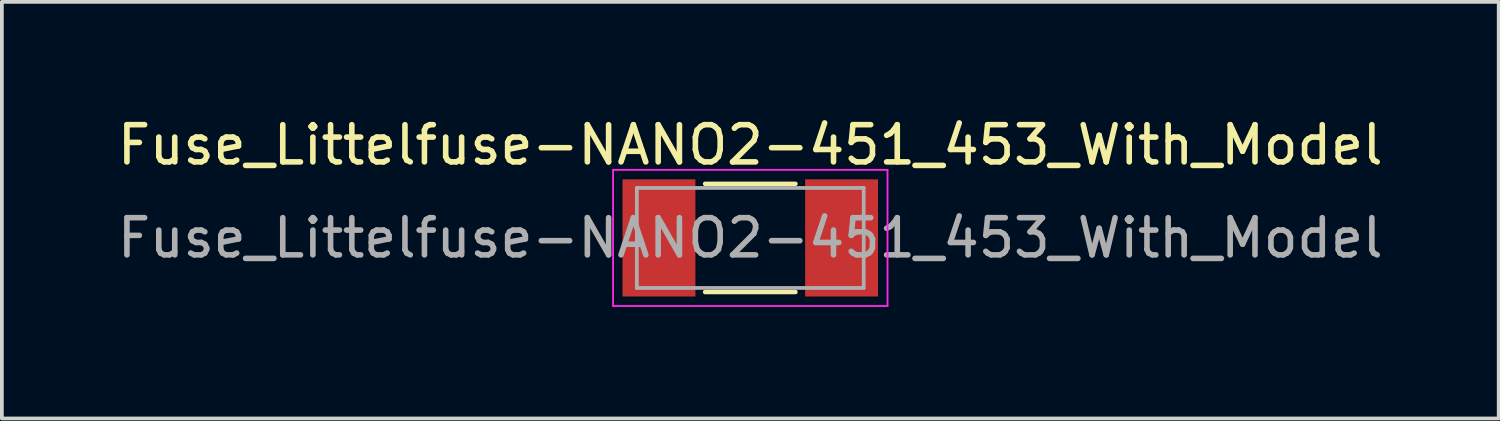
<source format=kicad_pcb>
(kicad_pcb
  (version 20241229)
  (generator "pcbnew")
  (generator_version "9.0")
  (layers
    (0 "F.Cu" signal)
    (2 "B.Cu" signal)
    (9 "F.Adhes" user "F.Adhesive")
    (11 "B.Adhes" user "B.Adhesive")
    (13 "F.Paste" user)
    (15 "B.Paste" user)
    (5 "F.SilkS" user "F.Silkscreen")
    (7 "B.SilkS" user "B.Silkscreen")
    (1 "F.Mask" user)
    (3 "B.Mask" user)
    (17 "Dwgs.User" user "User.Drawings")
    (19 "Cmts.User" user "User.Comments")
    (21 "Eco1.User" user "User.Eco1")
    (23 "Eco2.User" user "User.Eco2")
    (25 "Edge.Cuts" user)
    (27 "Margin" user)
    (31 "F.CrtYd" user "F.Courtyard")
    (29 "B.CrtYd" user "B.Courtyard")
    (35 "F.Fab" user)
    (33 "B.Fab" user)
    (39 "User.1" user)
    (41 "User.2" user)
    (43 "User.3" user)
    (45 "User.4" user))
  (footprint "Fuse_Littelfuse-NANO2-451_453_With_Model"
    (layer "F.Cu")
    (at 17.125 3.348)
    (property "Reference" "Fuse_Littelfuse-NANO2-451_453_With_Model" (at 0 -2.5 0) (unlocked yes) (layer "F.SilkS") (effects (font (size 1 1) (thickness 0.15))))
    (attr smd)
    (fp_line (start -1.215 -1.455) (end 1.215 -1.455) (stroke (width 0.12) (type solid)) (layer "F.SilkS"))
    (fp_line (start -1.215 1.455) (end 1.215 1.455) (stroke (width 0.12) (type solid)) (layer "F.SilkS"))
    (fp_line (start -3.69 -1.83) (end 3.69 -1.83) (stroke (width 0.05) (type solid)) (layer "F.CrtYd"))
    (fp_line (start -3.69 1.83) (end -3.69 -1.83) (stroke (width 0.05) (type solid)) (layer "F.CrtYd"))
    (fp_line (start 3.69 -1.83) (end 3.69 1.83) (stroke (width 0.05) (type solid)) (layer "F.CrtYd"))
    (fp_line (start 3.69 1.83) (end -3.69 1.83) (stroke (width 0.05) (type solid)) (layer "F.CrtYd"))
    (fp_line (start -3.05 -1.345) (end -3.05 1.345) (stroke (width 0.1) (type solid)) (layer "F.Fab"))
    (fp_line (start -3.05 -1.345) (end 3.05 -1.345) (stroke (width 0.1) (type solid)) (layer "F.Fab"))
    (fp_line (start -3.05 1.345) (end 3.05 1.345) (stroke (width 0.1) (type solid)) (layer "F.Fab"))
    (fp_line (start 3.05 1.345) (end 3.05 -1.345) (stroke (width 0.1) (type solid)) (layer "F.Fab"))
    (fp_text user "${REFERENCE}" (at 0 0 0) (layer "F.Fab") (effects (font (size 1 1) (thickness 0.15))))
    (pad "1" smd rect (at -2.455 0) (size 1.96 3.15) (layers "F.Cu" "F.Mask" "F.Paste"))
    (pad "2" smd rect (at 2.455 0) (size 1.96 3.15) (layers "F.Cu" "F.Mask" "F.Paste")))
  (gr_rect
    (start -3 -3)
    (end 37.25 8.203)
    (stroke (width 0.1) (type default))
    (fill no)
    (layer "Edge.Cuts")))
</source>
